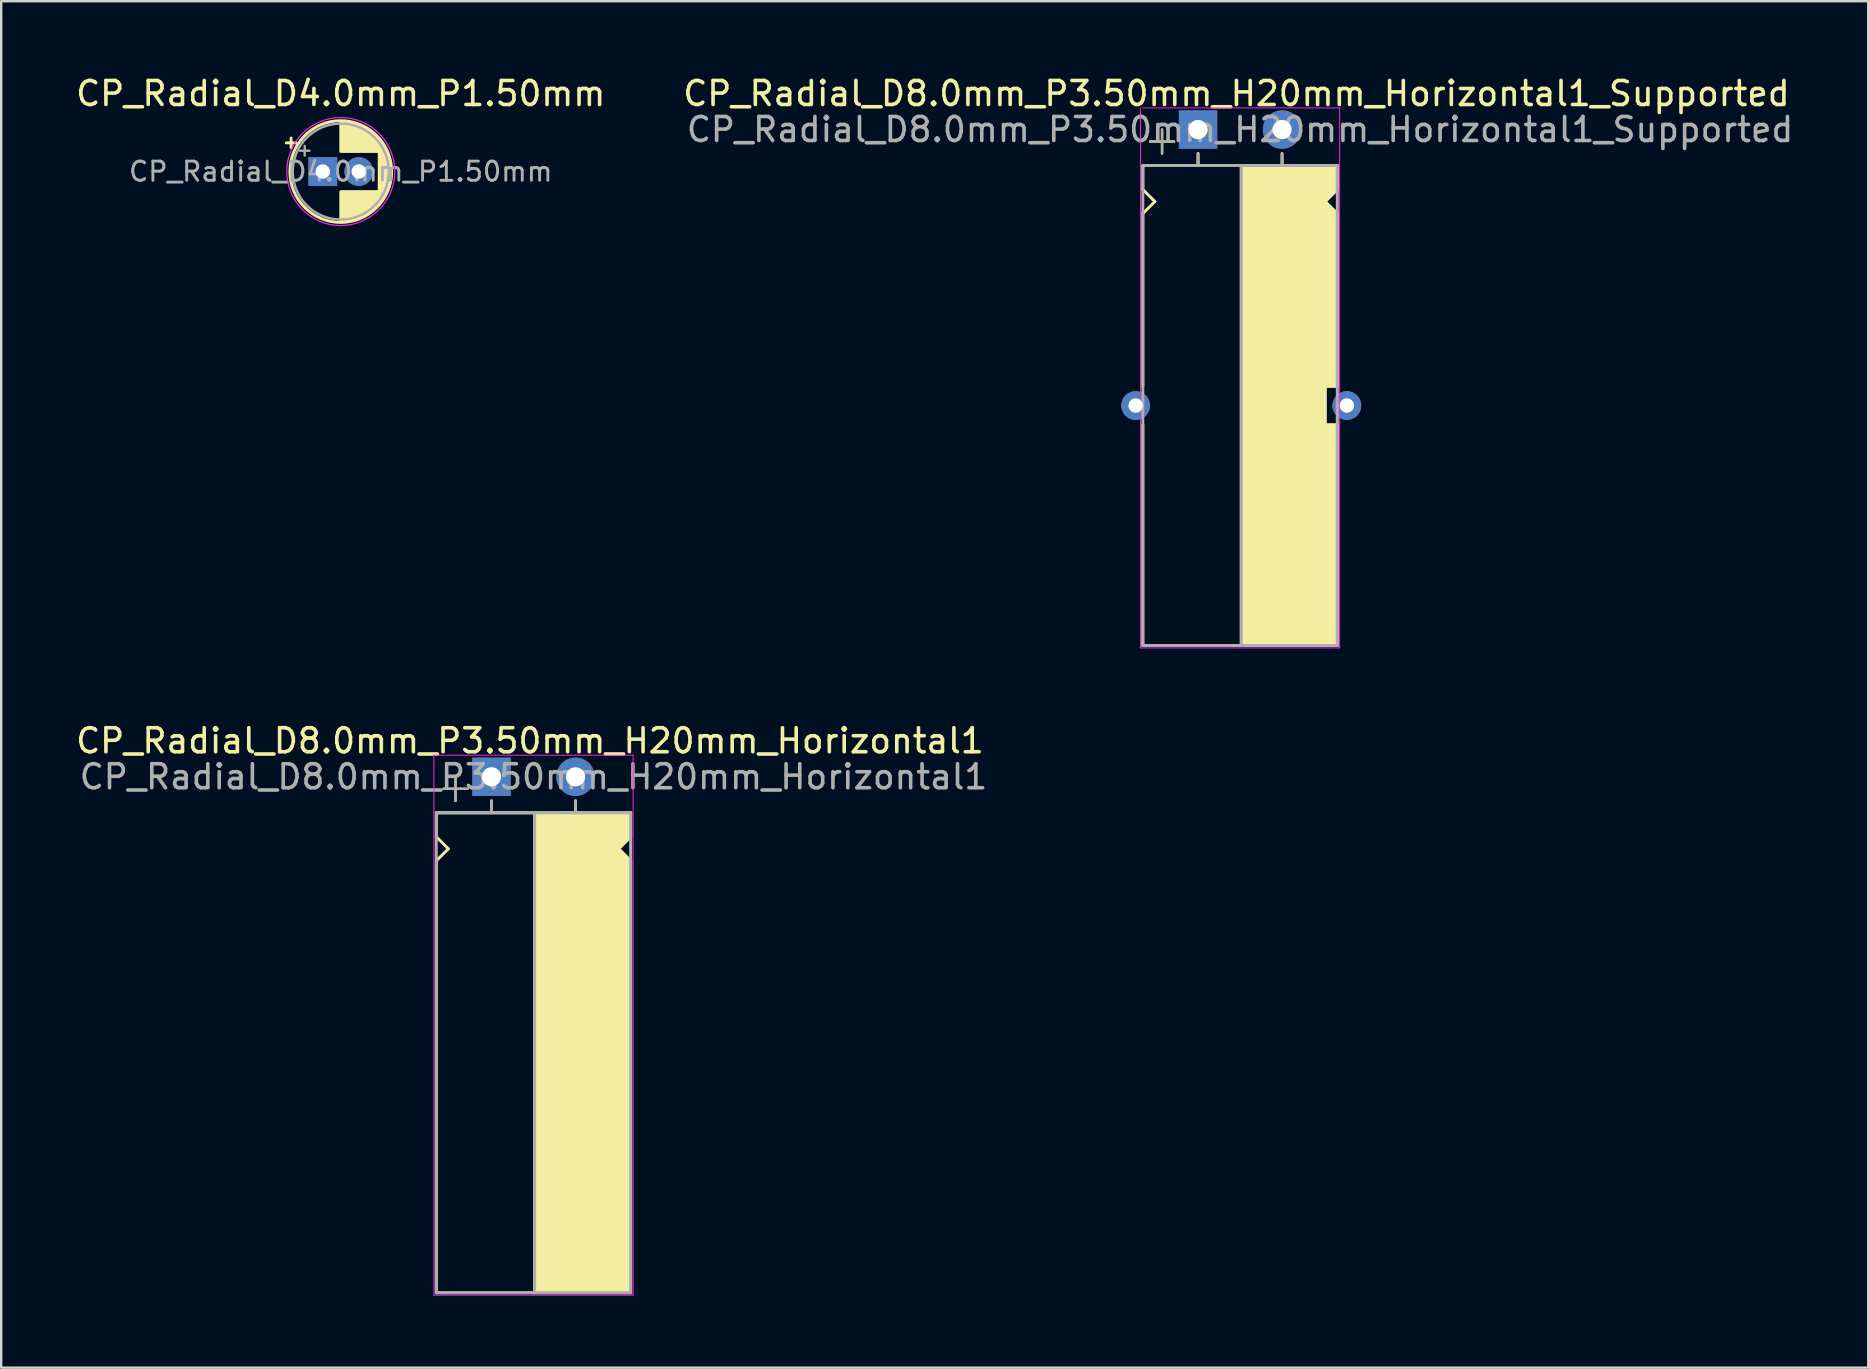
<source format=kicad_pcb>
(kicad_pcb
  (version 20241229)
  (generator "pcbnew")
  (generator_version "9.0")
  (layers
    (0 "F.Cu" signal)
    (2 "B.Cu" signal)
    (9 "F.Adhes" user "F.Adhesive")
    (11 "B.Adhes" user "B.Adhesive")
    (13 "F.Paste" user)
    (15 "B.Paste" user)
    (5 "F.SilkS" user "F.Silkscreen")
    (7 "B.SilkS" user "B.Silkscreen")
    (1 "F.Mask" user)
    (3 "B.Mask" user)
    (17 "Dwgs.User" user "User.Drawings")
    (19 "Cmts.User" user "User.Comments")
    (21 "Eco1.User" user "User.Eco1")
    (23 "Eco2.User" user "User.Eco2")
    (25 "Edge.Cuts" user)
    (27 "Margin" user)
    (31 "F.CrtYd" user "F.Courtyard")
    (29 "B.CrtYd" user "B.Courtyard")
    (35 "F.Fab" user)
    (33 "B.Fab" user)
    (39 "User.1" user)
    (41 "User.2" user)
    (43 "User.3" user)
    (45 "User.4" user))
  (footprint "CP_Radial_D8.0mm_P3.50mm_H20mm_Horizontal1_Supported"
    (layer "F.Cu")
    (at 46.87 2.348)
    (property "Reference" "CP_Radial_D8.0mm_P3.50mm_H20mm_Horizontal1_Supported" (at 1.6 -1.5 0) (layer "F.SilkS") (effects (font (size 1 1) (thickness 0.15))))
    (attr through_hole)
    (fp_line (start -2.3 1.5) (end -2.3 2.5) (stroke (width 0.12) (type solid)) (layer "F.SilkS"))
    (fp_line (start -2.3 1.5) (end 5.8 1.5) (stroke (width 0.12) (type solid)) (layer "F.SilkS"))
    (fp_line (start -2.3 2.5) (end -1.8 3) (stroke (width 0.12) (type solid)) (layer "F.SilkS"))
    (fp_line (start -2.3 10.7) (end -2.3 3.5) (stroke (width 0.12) (type solid)) (layer "F.SilkS"))
    (fp_line (start -2.3 12.3) (end -2.3 21.5) (stroke (width 0.12) (type solid)) (layer "F.SilkS"))
    (fp_line (start -2.3 21.5) (end 5.7 21.5) (stroke (width 0.12) (type solid)) (layer "F.SilkS"))
    (fp_line (start -2 0.5) (end -1 0.5) (stroke (width 0.1) (type solid)) (layer "F.SilkS"))
    (fp_line (start -1.8 3) (end -2.3 3.5) (stroke (width 0.12) (type solid)) (layer "F.SilkS"))
    (fp_line (start -1.5 1) (end -1.5 0) (stroke (width 0.1) (type solid)) (layer "F.SilkS"))
    (fp_line (start 0 1) (end 0 1.5) (stroke (width 0.12) (type solid)) (layer "F.SilkS"))
    (fp_line (start 1.8 21.5) (end 1.8 1.5) (stroke (width 0.12) (type solid)) (layer "F.SilkS"))
    (fp_line (start 3.5 1) (end 3.5 1.5) (stroke (width 0.12) (type solid)) (layer "F.SilkS"))
    (fp_line (start 5.3 3) (end 5.8 2.5) (stroke (width 0.12) (type solid)) (layer "F.SilkS"))
    (fp_line (start 5.3 10.7) (end 5.3 12.3) (stroke (width 0.12) (type solid)) (layer "F.SilkS"))
    (fp_line (start 5.3 12.3) (end 5.8 12.3) (stroke (width 0.12) (type solid)) (layer "F.SilkS"))
    (fp_line (start 5.8 2.5) (end 5.8 1.5) (stroke (width 0.12) (type solid)) (layer "F.SilkS"))
    (fp_line (start 5.8 3.5) (end 5.3 3) (stroke (width 0.12) (type solid)) (layer "F.SilkS"))
    (fp_line (start 5.8 10.7) (end 5.3 10.7) (stroke (width 0.12) (type solid)) (layer "F.SilkS"))
    (fp_line (start 5.8 10.7) (end 5.8 3.5) (stroke (width 0.12) (type solid)) (layer "F.SilkS"))
    (fp_line (start 5.8 12.3) (end 5.8 21.5) (stroke (width 0.12) (type solid)) (layer "F.SilkS"))
    (fp_line (start 5.8 21.5) (end 5.7 21.5) (stroke (width 0.12) (type solid)) (layer "F.SilkS"))
    (fp_poly (pts (xy 5.8 2.5) (xy 5.3 3) (xy 5.8 3.5) (xy 5.8 10.7) (xy 5.3 10.7) (xy 5.3 12.3) (xy 5.8 12.3) (xy 5.8 21.5) (xy 1.8 21.5) (xy 1.8 1.5) (xy 5.8 1.5)) (stroke (width 0.1) (type solid)) (fill yes) (layer "F.SilkS"))
    (fp_line (start -2.4 1.5) (end -2.4 -0.9) (stroke (width 0.04) (type solid)) (layer "F.CrtYd"))
    (fp_line (start -2.4 21.6) (end -2.4 1.5) (stroke (width 0.04) (type solid)) (layer "F.CrtYd"))
    (fp_line (start -2.3 -0.9) (end 5.9 -0.9) (stroke (width 0.04) (type solid)) (layer "F.CrtYd"))
    (fp_line (start 5.9 -0.9) (end 5.9 21.6) (stroke (width 0.04) (type solid)) (layer "F.CrtYd"))
    (fp_line (start 5.9 21.6) (end -2.4 21.6) (stroke (width 0.04) (type solid)) (layer "F.CrtYd"))
    (fp_line (start -2.3 1.5) (end 5.8 1.5) (stroke (width 0.12) (type solid)) (layer "F.Fab"))
    (fp_line (start -2.3 21.5) (end -2.3 1.5) (stroke (width 0.12) (type solid)) (layer "F.Fab"))
    (fp_line (start -2 0.5) (end -1 0.5) (stroke (width 0.1) (type solid)) (layer "F.Fab"))
    (fp_line (start -1.5 1) (end -1.5 0) (stroke (width 0.1) (type solid)) (layer "F.Fab"))
    (fp_line (start 0 1.5) (end 0 1) (stroke (width 0.12) (type solid)) (layer "F.Fab"))
    (fp_line (start 1.8 1.5) (end 1.8 21.5) (stroke (width 0.12) (type solid)) (layer "F.Fab"))
    (fp_line (start 3.5 1.5) (end 3.5 1) (stroke (width 0.12) (type solid)) (layer "F.Fab"))
    (fp_line (start 5.8 1.5) (end 5.8 21.5) (stroke (width 0.12) (type solid)) (layer "F.Fab"))
    (fp_line (start 5.8 21.5) (end -2.3 21.5) (stroke (width 0.12) (type solid)) (layer "F.Fab"))
    (fp_poly (pts (xy 5.8 21.5) (xy 1.8 21.5) (xy 1.8 1.5) (xy 5.8 1.5)) (stroke (width 0.1) (type solid)) (fill no) (layer "F.Fab"))
    (fp_text user "${REFERENCE}" (at 1.75 0 0) (layer "F.Fab") (effects (font (size 1 1) (thickness 0.15))))
    (pad "" thru_hole circle (at -2.6 11.5) (size 1.2 1.2) (drill 0.6) (layers "*.Cu" "*.Mask"))
    (pad "" thru_hole circle (at 6.2 11.5) (size 1.2 1.2) (drill 0.6) (layers "*.Cu" "*.Mask"))
    (pad "1" thru_hole rect (at 0 0) (size 1.6 1.6) (drill 0.8) (layers "*.Cu" "*.Mask"))
    (pad "2" thru_hole circle (at 3.5 0) (size 1.6 1.6) (drill 0.8) (layers "*.Cu" "*.Mask")))
  (footprint "CP_Radial_D8.0mm_P3.50mm_H20mm_Horizontal1"
    (layer "F.Cu")
    (at 17.43 29.317)
    (property "Reference" "CP_Radial_D8.0mm_P3.50mm_H20mm_Horizontal1" (at 1.6 -1.5 0) (layer "F.SilkS") (effects (font (size 1 1) (thickness 0.15))))
    (attr through_hole)
    (fp_line (start -2.3 1.5) (end 5.8 1.5) (stroke (width 0.12) (type solid)) (layer "F.SilkS"))
    (fp_line (start -2.3 2.5) (end -2.3 1.5) (stroke (width 0.12) (type solid)) (layer "F.SilkS"))
    (fp_line (start -2.3 3.5) (end -2.3 21.5) (stroke (width 0.12) (type solid)) (layer "F.SilkS"))
    (fp_line (start -2.3 3.5) (end -1.8 3) (stroke (width 0.12) (type solid)) (layer "F.SilkS"))
    (fp_line (start -2.3 21.5) (end 5.7 21.5) (stroke (width 0.12) (type solid)) (layer "F.SilkS"))
    (fp_line (start -2 0.5) (end -1 0.5) (stroke (width 0.1) (type solid)) (layer "F.SilkS"))
    (fp_line (start -1.8 3) (end -2.3 2.5) (stroke (width 0.12) (type solid)) (layer "F.SilkS"))
    (fp_line (start -1.5 1) (end -1.5 0) (stroke (width 0.1) (type solid)) (layer "F.SilkS"))
    (fp_line (start 0 1) (end 0 1.5) (stroke (width 0.12) (type solid)) (layer "F.SilkS"))
    (fp_line (start 1.8 21.5) (end 1.8 1.5) (stroke (width 0.12) (type solid)) (layer "F.SilkS"))
    (fp_line (start 3.5 1) (end 3.5 1.5) (stroke (width 0.12) (type solid)) (layer "F.SilkS"))
    (fp_line (start 5.3 3) (end 5.8 2.5) (stroke (width 0.12) (type solid)) (layer "F.SilkS"))
    (fp_line (start 5.8 2.5) (end 5.8 1.5) (stroke (width 0.12) (type solid)) (layer "F.SilkS"))
    (fp_line (start 5.8 3.5) (end 5.3 3) (stroke (width 0.12) (type solid)) (layer "F.SilkS"))
    (fp_line (start 5.8 3.5) (end 5.8 21.5) (stroke (width 0.12) (type solid)) (layer "F.SilkS"))
    (fp_line (start 5.8 21.5) (end 5.7 21.5) (stroke (width 0.12) (type solid)) (layer "F.SilkS"))
    (fp_poly (pts (xy 5.8 2.5) (xy 5.3 3) (xy 5.8 3.5) (xy 5.8 21.5) (xy 1.8 21.5) (xy 1.8 1.5) (xy 5.8 1.5)) (stroke (width 0.1) (type solid)) (fill yes) (layer "F.SilkS"))
    (fp_line (start -2.4 -0.9) (end 5.9 -0.9) (stroke (width 0.04) (type solid)) (layer "F.CrtYd"))
    (fp_line (start -2.4 1.5) (end -2.4 -0.9) (stroke (width 0.04) (type solid)) (layer "F.CrtYd"))
    (fp_line (start -2.4 21.6) (end -2.4 1.5) (stroke (width 0.04) (type solid)) (layer "F.CrtYd"))
    (fp_line (start 5.9 -0.9) (end 5.9 21.6) (stroke (width 0.04) (type solid)) (layer "F.CrtYd"))
    (fp_line (start 5.9 21.6) (end -2.4 21.6) (stroke (width 0.04) (type solid)) (layer "F.CrtYd"))
    (fp_line (start -2.3 1.5) (end 5.8 1.5) (stroke (width 0.12) (type solid)) (layer "F.Fab"))
    (fp_line (start -2.3 21.5) (end -2.3 1.5) (stroke (width 0.12) (type solid)) (layer "F.Fab"))
    (fp_line (start -2 0.5) (end -1 0.5) (stroke (width 0.1) (type solid)) (layer "F.Fab"))
    (fp_line (start -1.5 1) (end -1.5 0) (stroke (width 0.1) (type solid)) (layer "F.Fab"))
    (fp_line (start 0 1.5) (end 0 1) (stroke (width 0.12) (type solid)) (layer "F.Fab"))
    (fp_line (start 1.8 1.5) (end 1.8 21.5) (stroke (width 0.12) (type solid)) (layer "F.Fab"))
    (fp_line (start 3.5 1.5) (end 3.5 1) (stroke (width 0.12) (type solid)) (layer "F.Fab"))
    (fp_line (start 5.8 1.5) (end 5.8 21.5) (stroke (width 0.12) (type solid)) (layer "F.Fab"))
    (fp_line (start 5.8 21.5) (end -2.3 21.5) (stroke (width 0.12) (type solid)) (layer "F.Fab"))
    (fp_poly (pts (xy 5.8 21.5) (xy 1.8 21.5) (xy 1.8 1.5) (xy 5.8 1.5)) (stroke (width 0.1) (type solid)) (fill no) (layer "F.Fab"))
    (fp_text user "${REFERENCE}" (at 1.75 0 0) (layer "F.Fab") (effects (font (size 1 1) (thickness 0.15))))
    (pad "1" thru_hole rect (at 0 0) (size 1.6 1.6) (drill 0.8) (layers "*.Cu" "*.Mask"))
    (pad "2" thru_hole circle (at 3.5 0) (size 1.6 1.6) (drill 0.8) (layers "*.Cu" "*.Mask")))
  (footprint "CP_Radial_D4.0mm_P1.50mm"
    (layer "F.Cu")
    (at 10.399 4.098)
    (property "Reference" "CP_Radial_D4.0mm_P1.50mm" (at 0.75 -3.25 0) (layer "F.SilkS") (effects (font (size 1 1) (thickness 0.15))))
    (attr through_hole)
    (fp_line (start -1.52 -1.195) (end -1.12 -1.195) (stroke (width 0.12) (type solid)) (layer "F.SilkS"))
    (fp_line (start -1.32 -1.395) (end -1.32 -0.995) (stroke (width 0.12) (type solid)) (layer "F.SilkS"))
    (fp_line (start 0.75 -2.08) (end 0.75 -0.84) (stroke (width 0.12) (type solid)) (layer "F.SilkS"))
    (fp_line (start 0.75 0.84) (end 0.75 2.08) (stroke (width 0.12) (type solid)) (layer "F.SilkS"))
    (fp_line (start 0.79 -2.08) (end 0.79 -0.84) (stroke (width 0.12) (type solid)) (layer "F.SilkS"))
    (fp_line (start 0.79 0.84) (end 0.79 2.08) (stroke (width 0.12) (type solid)) (layer "F.SilkS"))
    (fp_line (start 0.83 -2.079) (end 0.83 -0.84) (stroke (width 0.12) (type solid)) (layer "F.SilkS"))
    (fp_line (start 0.83 0.84) (end 0.83 2.079) (stroke (width 0.12) (type solid)) (layer "F.SilkS"))
    (fp_line (start 0.87 -2.077) (end 0.87 -0.84) (stroke (width 0.12) (type solid)) (layer "F.SilkS"))
    (fp_line (start 0.87 0.84) (end 0.87 2.077) (stroke (width 0.12) (type solid)) (layer "F.SilkS"))
    (fp_line (start 0.91 -2.074) (end 0.91 -0.84) (stroke (width 0.12) (type solid)) (layer "F.SilkS"))
    (fp_line (start 0.91 0.84) (end 0.91 2.074) (stroke (width 0.12) (type solid)) (layer "F.SilkS"))
    (fp_line (start 0.95 -2.071) (end 0.95 -0.84) (stroke (width 0.12) (type solid)) (layer "F.SilkS"))
    (fp_line (start 0.95 0.84) (end 0.95 2.071) (stroke (width 0.12) (type solid)) (layer "F.SilkS"))
    (fp_line (start 0.99 -2.067) (end 0.99 -0.84) (stroke (width 0.12) (type solid)) (layer "F.SilkS"))
    (fp_line (start 0.99 0.84) (end 0.99 2.067) (stroke (width 0.12) (type solid)) (layer "F.SilkS"))
    (fp_line (start 1.03 -2.062) (end 1.03 -0.84) (stroke (width 0.12) (type solid)) (layer "F.SilkS"))
    (fp_line (start 1.03 0.84) (end 1.03 2.062) (stroke (width 0.12) (type solid)) (layer "F.SilkS"))
    (fp_line (start 1.07 -2.056) (end 1.07 -0.84) (stroke (width 0.12) (type solid)) (layer "F.SilkS"))
    (fp_line (start 1.07 0.84) (end 1.07 2.056) (stroke (width 0.12) (type solid)) (layer "F.SilkS"))
    (fp_line (start 1.11 -2.05) (end 1.11 -0.84) (stroke (width 0.12) (type solid)) (layer "F.SilkS"))
    (fp_line (start 1.11 0.84) (end 1.11 2.05) (stroke (width 0.12) (type solid)) (layer "F.SilkS"))
    (fp_line (start 1.15 -2.042) (end 1.15 -0.84) (stroke (width 0.12) (type solid)) (layer "F.SilkS"))
    (fp_line (start 1.15 0.84) (end 1.15 2.042) (stroke (width 0.12) (type solid)) (layer "F.SilkS"))
    (fp_line (start 1.19 -2.034) (end 1.19 -0.84) (stroke (width 0.12) (type solid)) (layer "F.SilkS"))
    (fp_line (start 1.19 0.84) (end 1.19 2.034) (stroke (width 0.12) (type solid)) (layer "F.SilkS"))
    (fp_line (start 1.23 -2.025) (end 1.23 -0.84) (stroke (width 0.12) (type solid)) (layer "F.SilkS"))
    (fp_line (start 1.23 0.84) (end 1.23 2.025) (stroke (width 0.12) (type solid)) (layer "F.SilkS"))
    (fp_line (start 1.27 -2.016) (end 1.27 -0.84) (stroke (width 0.12) (type solid)) (layer "F.SilkS"))
    (fp_line (start 1.27 0.84) (end 1.27 2.016) (stroke (width 0.12) (type solid)) (layer "F.SilkS"))
    (fp_line (start 1.31 -2.005) (end 1.31 -0.84) (stroke (width 0.12) (type solid)) (layer "F.SilkS"))
    (fp_line (start 1.31 0.84) (end 1.31 2.005) (stroke (width 0.12) (type solid)) (layer "F.SilkS"))
    (fp_line (start 1.35 -1.994) (end 1.35 -0.84) (stroke (width 0.12) (type solid)) (layer "F.SilkS"))
    (fp_line (start 1.35 0.84) (end 1.35 1.994) (stroke (width 0.12) (type solid)) (layer "F.SilkS"))
    (fp_line (start 1.39 -1.982) (end 1.39 -0.84) (stroke (width 0.12) (type solid)) (layer "F.SilkS"))
    (fp_line (start 1.39 0.84) (end 1.39 1.982) (stroke (width 0.12) (type solid)) (layer "F.SilkS"))
    (fp_line (start 1.43 -1.968) (end 1.43 -0.84) (stroke (width 0.12) (type solid)) (layer "F.SilkS"))
    (fp_line (start 1.43 0.84) (end 1.43 1.968) (stroke (width 0.12) (type solid)) (layer "F.SilkS"))
    (fp_line (start 1.471 -1.954) (end 1.471 -0.84) (stroke (width 0.12) (type solid)) (layer "F.SilkS"))
    (fp_line (start 1.471 0.84) (end 1.471 1.954) (stroke (width 0.12) (type solid)) (layer "F.SilkS"))
    (fp_line (start 1.511 -1.94) (end 1.511 -0.84) (stroke (width 0.12) (type solid)) (layer "F.SilkS"))
    (fp_line (start 1.511 0.84) (end 1.511 1.94) (stroke (width 0.12) (type solid)) (layer "F.SilkS"))
    (fp_line (start 1.551 -1.924) (end 1.551 -0.84) (stroke (width 0.12) (type solid)) (layer "F.SilkS"))
    (fp_line (start 1.551 0.84) (end 1.551 1.924) (stroke (width 0.12) (type solid)) (layer "F.SilkS"))
    (fp_line (start 1.591 -1.907) (end 1.591 -0.84) (stroke (width 0.12) (type solid)) (layer "F.SilkS"))
    (fp_line (start 1.591 0.84) (end 1.591 1.907) (stroke (width 0.12) (type solid)) (layer "F.SilkS"))
    (fp_line (start 1.631 -1.889) (end 1.631 -0.84) (stroke (width 0.12) (type solid)) (layer "F.SilkS"))
    (fp_line (start 1.631 0.84) (end 1.631 1.889) (stroke (width 0.12) (type solid)) (layer "F.SilkS"))
    (fp_line (start 1.671 -1.87) (end 1.671 -0.84) (stroke (width 0.12) (type solid)) (layer "F.SilkS"))
    (fp_line (start 1.671 0.84) (end 1.671 1.87) (stroke (width 0.12) (type solid)) (layer "F.SilkS"))
    (fp_line (start 1.711 -1.851) (end 1.711 -0.84) (stroke (width 0.12) (type solid)) (layer "F.SilkS"))
    (fp_line (start 1.711 0.84) (end 1.711 1.851) (stroke (width 0.12) (type solid)) (layer "F.SilkS"))
    (fp_line (start 1.751 -1.83) (end 1.751 -0.84) (stroke (width 0.12) (type solid)) (layer "F.SilkS"))
    (fp_line (start 1.751 0.84) (end 1.751 1.83) (stroke (width 0.12) (type solid)) (layer "F.SilkS"))
    (fp_line (start 1.791 -1.808) (end 1.791 -0.84) (stroke (width 0.12) (type solid)) (layer "F.SilkS"))
    (fp_line (start 1.791 0.84) (end 1.791 1.808) (stroke (width 0.12) (type solid)) (layer "F.SilkS"))
    (fp_line (start 1.831 -1.785) (end 1.831 -0.84) (stroke (width 0.12) (type solid)) (layer "F.SilkS"))
    (fp_line (start 1.831 0.84) (end 1.831 1.785) (stroke (width 0.12) (type solid)) (layer "F.SilkS"))
    (fp_line (start 1.871 -1.76) (end 1.871 -0.84) (stroke (width 0.12) (type solid)) (layer "F.SilkS"))
    (fp_line (start 1.871 0.84) (end 1.871 1.76) (stroke (width 0.12) (type solid)) (layer "F.SilkS"))
    (fp_line (start 1.911 -1.735) (end 1.911 -0.84) (stroke (width 0.12) (type solid)) (layer "F.SilkS"))
    (fp_line (start 1.911 0.84) (end 1.911 1.735) (stroke (width 0.12) (type solid)) (layer "F.SilkS"))
    (fp_line (start 1.951 -1.708) (end 1.951 -0.84) (stroke (width 0.12) (type solid)) (layer "F.SilkS"))
    (fp_line (start 1.951 0.84) (end 1.951 1.708) (stroke (width 0.12) (type solid)) (layer "F.SilkS"))
    (fp_line (start 1.991 -1.68) (end 1.991 -0.84) (stroke (width 0.12) (type solid)) (layer "F.SilkS"))
    (fp_line (start 1.991 0.84) (end 1.991 1.68) (stroke (width 0.12) (type solid)) (layer "F.SilkS"))
    (fp_line (start 2.031 -1.65) (end 2.031 -0.84) (stroke (width 0.12) (type solid)) (layer "F.SilkS"))
    (fp_line (start 2.031 0.84) (end 2.031 1.65) (stroke (width 0.12) (type solid)) (layer "F.SilkS"))
    (fp_line (start 2.071 -1.619) (end 2.071 -0.84) (stroke (width 0.12) (type solid)) (layer "F.SilkS"))
    (fp_line (start 2.071 0.84) (end 2.071 1.619) (stroke (width 0.12) (type solid)) (layer "F.SilkS"))
    (fp_line (start 2.111 -1.587) (end 2.111 -0.84) (stroke (width 0.12) (type solid)) (layer "F.SilkS"))
    (fp_line (start 2.111 0.84) (end 2.111 1.587) (stroke (width 0.12) (type solid)) (layer "F.SilkS"))
    (fp_line (start 2.151 -1.552) (end 2.151 -0.84) (stroke (width 0.12) (type solid)) (layer "F.SilkS"))
    (fp_line (start 2.151 0.84) (end 2.151 1.552) (stroke (width 0.12) (type solid)) (layer "F.SilkS"))
    (fp_line (start 2.191 -1.516) (end 2.191 -0.84) (stroke (width 0.12) (type solid)) (layer "F.SilkS"))
    (fp_line (start 2.191 0.84) (end 2.191 1.516) (stroke (width 0.12) (type solid)) (layer "F.SilkS"))
    (fp_line (start 2.231 -1.478) (end 2.231 -0.84) (stroke (width 0.12) (type solid)) (layer "F.SilkS"))
    (fp_line (start 2.231 0.84) (end 2.231 1.478) (stroke (width 0.12) (type solid)) (layer "F.SilkS"))
    (fp_line (start 2.271 -1.438) (end 2.271 -0.84) (stroke (width 0.12) (type solid)) (layer "F.SilkS"))
    (fp_line (start 2.271 0.84) (end 2.271 1.438) (stroke (width 0.12) (type solid)) (layer "F.SilkS"))
    (fp_line (start 2.311 -1.396) (end 2.311 -0.84) (stroke (width 0.12) (type solid)) (layer "F.SilkS"))
    (fp_line (start 2.311 0.84) (end 2.311 1.396) (stroke (width 0.12) (type solid)) (layer "F.SilkS"))
    (fp_line (start 2.351 -1.351) (end 2.351 1.351) (stroke (width 0.12) (type solid)) (layer "F.SilkS"))
    (fp_line (start 2.391 -1.304) (end 2.391 1.304) (stroke (width 0.12) (type solid)) (layer "F.SilkS"))
    (fp_line (start 2.431 -1.254) (end 2.431 1.254) (stroke (width 0.12) (type solid)) (layer "F.SilkS"))
    (fp_line (start 2.471 -1.2) (end 2.471 1.2) (stroke (width 0.12) (type solid)) (layer "F.SilkS"))
    (fp_line (start 2.511 -1.142) (end 2.511 1.142) (stroke (width 0.12) (type solid)) (layer "F.SilkS"))
    (fp_line (start 2.551 -1.08) (end 2.551 1.08) (stroke (width 0.12) (type solid)) (layer "F.SilkS"))
    (fp_line (start 2.591 -1.013) (end 2.591 1.013) (stroke (width 0.12) (type solid)) (layer "F.SilkS"))
    (fp_line (start 2.631 -0.94) (end 2.631 0.94) (stroke (width 0.12) (type solid)) (layer "F.SilkS"))
    (fp_line (start 2.671 -0.859) (end 2.671 0.859) (stroke (width 0.12) (type solid)) (layer "F.SilkS"))
    (fp_line (start 2.711 -0.768) (end 2.711 0.768) (stroke (width 0.12) (type solid)) (layer "F.SilkS"))
    (fp_line (start 2.751 -0.664) (end 2.751 0.664) (stroke (width 0.12) (type solid)) (layer "F.SilkS"))
    (fp_line (start 2.791 -0.537) (end 2.791 0.537) (stroke (width 0.12) (type solid)) (layer "F.SilkS"))
    (fp_line (start 2.831 -0.37) (end 2.831 0.37) (stroke (width 0.12) (type solid)) (layer "F.SilkS"))
    (fp_circle (center 0.75 0) (end 2.87 0) (stroke (width 0.12) (type solid)) (fill no) (layer "F.SilkS"))
    (fp_circle (center 0.75 0) (end 3 0) (stroke (width 0.05) (type solid)) (fill no) (layer "F.CrtYd"))
    (fp_line (start -0.953 -0.868) (end -0.553 -0.868) (stroke (width 0.1) (type solid)) (layer "F.Fab"))
    (fp_line (start -0.753 -1.067) (end -0.753 -0.667) (stroke (width 0.1) (type solid)) (layer "F.Fab"))
    (fp_circle (center 0.75 0) (end 2.75 0) (stroke (width 0.1) (type solid)) (fill no) (layer "F.Fab"))
    (fp_text user "${REFERENCE}" (at 0.75 0 0) (layer "F.Fab") (effects (font (size 0.8 0.8) (thickness 0.12))))
    (pad "1" thru_hole rect (at 0 0) (size 1.2 1.2) (drill 0.6) (layers "*.Cu" "*.Mask"))
    (pad "2" thru_hole circle (at 1.5 0) (size 1.2 1.2) (drill 0.6) (layers "*.Cu" "*.Mask")))
  (gr_rect
    (start -3 -3)
    (end 74.793 53.937)
    (stroke (width 0.1) (type default))
    (fill no)
    (layer "Edge.Cuts")))
</source>
